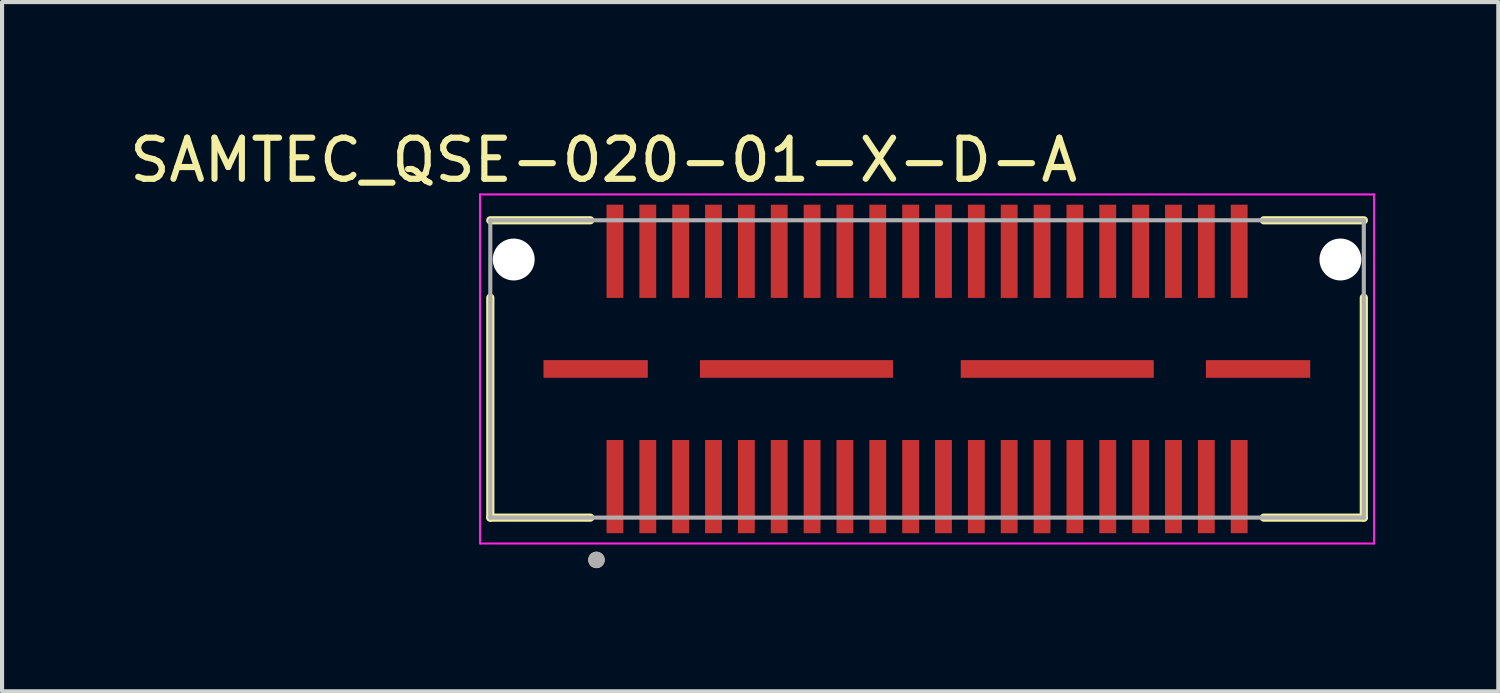
<source format=kicad_pcb>
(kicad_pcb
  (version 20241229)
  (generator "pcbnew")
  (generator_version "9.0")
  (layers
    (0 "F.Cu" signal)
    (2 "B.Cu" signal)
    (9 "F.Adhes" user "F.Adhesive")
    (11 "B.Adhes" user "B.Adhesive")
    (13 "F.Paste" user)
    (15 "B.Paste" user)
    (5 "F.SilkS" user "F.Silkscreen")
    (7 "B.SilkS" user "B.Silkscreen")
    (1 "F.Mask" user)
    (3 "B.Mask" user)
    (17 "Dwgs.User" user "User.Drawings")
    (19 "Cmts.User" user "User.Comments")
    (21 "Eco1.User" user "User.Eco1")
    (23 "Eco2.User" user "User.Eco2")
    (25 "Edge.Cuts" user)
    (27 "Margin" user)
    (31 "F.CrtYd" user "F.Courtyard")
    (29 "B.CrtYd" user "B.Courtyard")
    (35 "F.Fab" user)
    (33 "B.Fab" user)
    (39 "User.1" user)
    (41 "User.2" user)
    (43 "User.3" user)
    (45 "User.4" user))
  (footprint "SAMTEC_QSE-020-01-X-D-A"
    (layer "F.Cu")
    (at 19.524 5.934)
    (property "Reference" "SAMTEC_QSE-020-01-X-D-A" (at -7.875 -5.086 0) (layer "F.SilkS") (effects (font (size 1 1) (thickness 0.15))))
    (attr smd)
    (fp_line (start -10.635 -1.735) (end -10.635 3.62) (stroke (width 0.2) (type solid)) (layer "F.SilkS"))
    (fp_line (start -10.635 3.62) (end -8.2 3.62) (stroke (width 0.2) (type solid)) (layer "F.SilkS"))
    (fp_line (start -8.2 -3.62) (end -10.635 -3.62) (stroke (width 0.2) (type solid)) (layer "F.SilkS"))
    (fp_line (start 8.2 -3.62) (end 10.635 -3.62) (stroke (width 0.2) (type solid)) (layer "F.SilkS"))
    (fp_line (start 10.635 -1.735) (end 10.635 3.62) (stroke (width 0.2) (type solid)) (layer "F.SilkS"))
    (fp_line (start 10.635 3.62) (end 8.2 3.62) (stroke (width 0.2) (type solid)) (layer "F.SilkS"))
    (fp_circle (center -8.05 4.65) (end -7.95 4.65) (stroke (width 0.2) (type solid)) (fill no) (layer "F.SilkS"))
    (fp_line (start -10.885 -4.25) (end 10.885 -4.25) (stroke (width 0.05) (type solid)) (layer "F.CrtYd"))
    (fp_line (start -10.885 4.25) (end -10.885 -4.25) (stroke (width 0.05) (type solid)) (layer "F.CrtYd"))
    (fp_line (start 10.885 -4.25) (end 10.885 4.25) (stroke (width 0.05) (type solid)) (layer "F.CrtYd"))
    (fp_line (start 10.885 4.25) (end -10.885 4.25) (stroke (width 0.05) (type solid)) (layer "F.CrtYd"))
    (fp_line (start -10.635 -3.62) (end 10.635 -3.62) (stroke (width 0.1) (type solid)) (layer "F.Fab"))
    (fp_line (start -10.635 3.62) (end -10.635 -3.62) (stroke (width 0.1) (type solid)) (layer "F.Fab"))
    (fp_line (start 10.635 -3.62) (end 10.635 3.62) (stroke (width 0.1) (type solid)) (layer "F.Fab"))
    (fp_line (start 10.635 3.62) (end -10.635 3.62) (stroke (width 0.1) (type solid)) (layer "F.Fab"))
    (fp_circle (center -8.05 4.65) (end -7.95 4.65) (stroke (width 0.2) (type solid)) (fill no) (layer "F.Fab"))
    (pad "" np_thru_hole circle (at -10.065 -2.665) (size 1.02 1.02) (drill 1.02) (layers "*.Cu" "*.Mask"))
    (pad "" np_thru_hole circle (at 10.065 -2.665) (size 1.02 1.02) (drill 1.02) (layers "*.Cu" "*.Mask"))
    (pad "01" smd rect (at -7.6 2.865) (size 0.41 2.27) (layers "F.Cu" "F.Mask" "F.Paste"))
    (pad "02" smd rect (at -7.6 -2.865) (size 0.41 2.27) (layers "F.Cu" "F.Mask" "F.Paste"))
    (pad "03" smd rect (at -6.8 2.865) (size 0.41 2.27) (layers "F.Cu" "F.Mask" "F.Paste"))
    (pad "04" smd rect (at -6.8 -2.865) (size 0.41 2.27) (layers "F.Cu" "F.Mask" "F.Paste"))
    (pad "05" smd rect (at -6 2.865) (size 0.41 2.27) (layers "F.Cu" "F.Mask" "F.Paste"))
    (pad "06" smd rect (at -6 -2.865) (size 0.41 2.27) (layers "F.Cu" "F.Mask" "F.Paste"))
    (pad "07" smd rect (at -5.2 2.865) (size 0.41 2.27) (layers "F.Cu" "F.Mask" "F.Paste"))
    (pad "08" smd rect (at -5.2 -2.865) (size 0.41 2.27) (layers "F.Cu" "F.Mask" "F.Paste"))
    (pad "09" smd rect (at -4.4 2.865) (size 0.41 2.27) (layers "F.Cu" "F.Mask" "F.Paste"))
    (pad "10" smd rect (at -4.4 -2.865) (size 0.41 2.27) (layers "F.Cu" "F.Mask" "F.Paste"))
    (pad "11" smd rect (at -3.6 2.865) (size 0.41 2.27) (layers "F.Cu" "F.Mask" "F.Paste"))
    (pad "12" smd rect (at -3.6 -2.865) (size 0.41 2.27) (layers "F.Cu" "F.Mask" "F.Paste"))
    (pad "13" smd rect (at -2.8 2.865) (size 0.41 2.27) (layers "F.Cu" "F.Mask" "F.Paste"))
    (pad "14" smd rect (at -2.8 -2.865) (size 0.41 2.27) (layers "F.Cu" "F.Mask" "F.Paste"))
    (pad "15" smd rect (at -2 2.865) (size 0.41 2.27) (layers "F.Cu" "F.Mask" "F.Paste"))
    (pad "16" smd rect (at -2 -2.865) (size 0.41 2.27) (layers "F.Cu" "F.Mask" "F.Paste"))
    (pad "17" smd rect (at -1.2 2.865) (size 0.41 2.27) (layers "F.Cu" "F.Mask" "F.Paste"))
    (pad "18" smd rect (at -1.2 -2.865) (size 0.41 2.27) (layers "F.Cu" "F.Mask" "F.Paste"))
    (pad "19" smd rect (at -0.4 2.865) (size 0.41 2.27) (layers "F.Cu" "F.Mask" "F.Paste"))
    (pad "20" smd rect (at -0.4 -2.865) (size 0.41 2.27) (layers "F.Cu" "F.Mask" "F.Paste"))
    (pad "21" smd rect (at 0.4 2.865) (size 0.41 2.27) (layers "F.Cu" "F.Mask" "F.Paste"))
    (pad "22" smd rect (at 0.4 -2.865) (size 0.41 2.27) (layers "F.Cu" "F.Mask" "F.Paste"))
    (pad "23" smd rect (at 1.2 2.865) (size 0.41 2.27) (layers "F.Cu" "F.Mask" "F.Paste"))
    (pad "24" smd rect (at 1.2 -2.865) (size 0.41 2.27) (layers "F.Cu" "F.Mask" "F.Paste"))
    (pad "25" smd rect (at 2 2.865) (size 0.41 2.27) (layers "F.Cu" "F.Mask" "F.Paste"))
    (pad "26" smd rect (at 2 -2.865) (size 0.41 2.27) (layers "F.Cu" "F.Mask" "F.Paste"))
    (pad "27" smd rect (at 2.8 2.865) (size 0.41 2.27) (layers "F.Cu" "F.Mask" "F.Paste"))
    (pad "28" smd rect (at 2.8 -2.865) (size 0.41 2.27) (layers "F.Cu" "F.Mask" "F.Paste"))
    (pad "29" smd rect (at 3.6 2.865) (size 0.41 2.27) (layers "F.Cu" "F.Mask" "F.Paste"))
    (pad "30" smd rect (at 3.6 -2.865) (size 0.41 2.27) (layers "F.Cu" "F.Mask" "F.Paste"))
    (pad "31" smd rect (at 4.4 2.865) (size 0.41 2.27) (layers "F.Cu" "F.Mask" "F.Paste"))
    (pad "32" smd rect (at 4.4 -2.865) (size 0.41 2.27) (layers "F.Cu" "F.Mask" "F.Paste"))
    (pad "33" smd rect (at 5.2 2.865) (size 0.41 2.27) (layers "F.Cu" "F.Mask" "F.Paste"))
    (pad "34" smd rect (at 5.2 -2.865) (size 0.41 2.27) (layers "F.Cu" "F.Mask" "F.Paste"))
    (pad "35" smd rect (at 6 2.865) (size 0.41 2.27) (layers "F.Cu" "F.Mask" "F.Paste"))
    (pad "36" smd rect (at 6 -2.865) (size 0.41 2.27) (layers "F.Cu" "F.Mask" "F.Paste"))
    (pad "37" smd rect (at 6.8 2.865) (size 0.41 2.27) (layers "F.Cu" "F.Mask" "F.Paste"))
    (pad "38" smd rect (at 6.8 -2.865) (size 0.41 2.27) (layers "F.Cu" "F.Mask" "F.Paste"))
    (pad "39" smd rect (at 7.6 2.865) (size 0.41 2.27) (layers "F.Cu" "F.Mask" "F.Paste"))
    (pad "40" smd rect (at 7.6 -2.865) (size 0.41 2.27) (layers "F.Cu" "F.Mask" "F.Paste"))
    (pad "G1" smd rect (at -8.07 0) (size 2.54 0.43) (layers "F.Cu" "F.Mask" "F.Paste"))
    (pad "G2" smd rect (at -3.18 0) (size 4.7 0.43) (layers "F.Cu" "F.Mask" "F.Paste"))
    (pad "G3" smd rect (at 3.17 0) (size 4.7 0.43) (layers "F.Cu" "F.Mask" "F.Paste"))
    (pad "G4" smd rect (at 8.06 0) (size 2.54 0.43) (layers "F.Cu" "F.Mask" "F.Paste")))
  (gr_rect
    (start -3 -3)
    (end 33.434 13.784)
    (stroke (width 0.1) (type default))
    (fill no)
    (layer "Edge.Cuts")))
</source>
